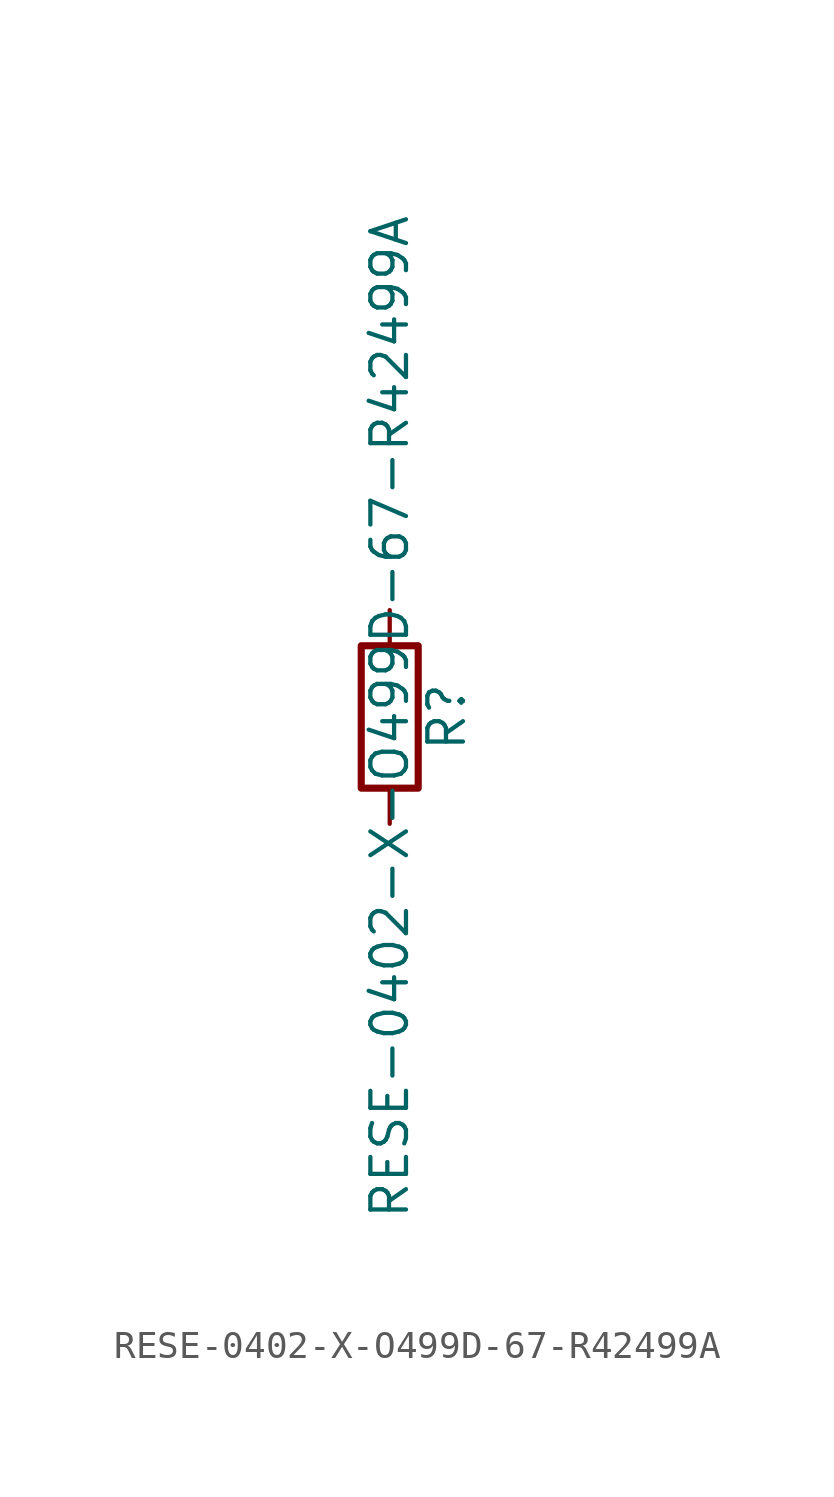
<source format=kicad_sym>
(kicad_symbol_lib
  (version 20211014)
  (generator kicad_symbol_editor)
  (symbol "RESE-0402-X-O499D-67-R42499A"
    (pin_numbers hide)
    (pin_names
      (offset 0))
    (property "Reference" "R"
      (at 2.032 0 90)
      (effects (font (size 1.27 1.27))))
    (property "Value" "RESE-0402-X-O499D-67-R42499A"
      (at 0 0 90)
      (effects (font (size 1.27 1.27))))
    (symbol "RESE-0402-X-O499D-67-R42499A_0_1"
      (rectangle (start -1.016 -2.54) (end 1.016 2.54) (stroke (width 0.254) (type default) (color 0 0 0 0)) (fill (type none))))
    (symbol "RESE-0402-X-O499D-67-R42499A_1_1"
      (pin passive line (at 0 3.81 270) (length 1.27) (name "~" (effects (font (size 1.27 1.27)))) (number "1" (effects (font (size 1.27 1.27)))))
      (pin passive line (at 0 -3.81 90) (length 1.27) (name "~" (effects (font (size 1.27 1.27)))) (number "2" (effects (font (size 1.27 1.27))))))))
</source>
